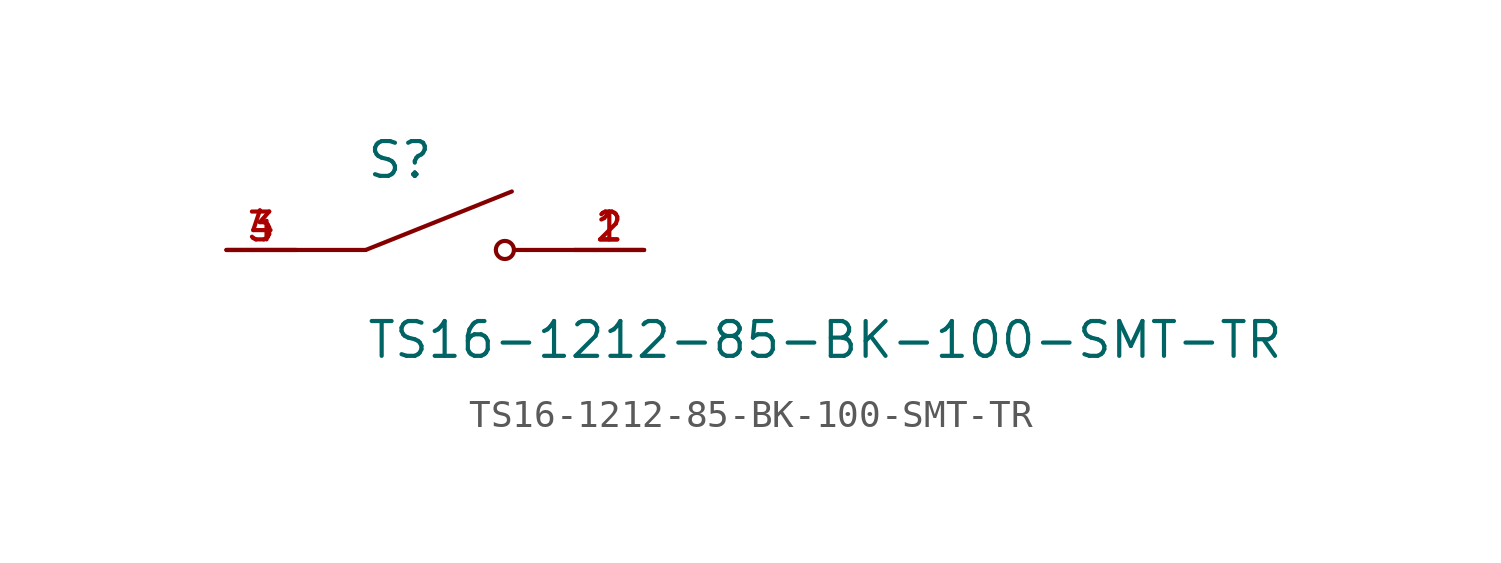
<source format=kicad_sym>
(kicad_symbol_lib
  (version 20211014)
  (generator kicad_symbol_editor)
  (symbol "TS16-1212-85-BK-100-SMT-TR"
    (pin_names
      (offset 1.016))
    (property "Reference" "S"
      (at -2.54 2.54 0)
      (effects (font (size 1.27 1.27)) (justify bottom left)))
    (property "Value" "TS16-1212-85-BK-100-SMT-TR"
      (at -2.54 -2.54 0)
      (effects (font (size 1.27 1.27)) (justify top left)))
    (symbol "TS16-1212-85-BK-100-SMT-TR_0_0"
      (polyline (pts (xy -2.54 0.0) (xy 2.794 2.134)) (stroke (width 0.152)))
      (circle (center 2.54 0.0) (radius 0.33) (stroke (width 0.152)) (fill (type none)))
      (polyline (pts (xy 5.08 0.0) (xy 2.921 0.0)) (stroke (width 0.152)))
      (polyline (pts (xy -2.54 0.0) (xy -5.08 0.0)) (stroke (width 0.152)))
      (pin passive line (at -7.62 0.0 0) (length 2.54) (name "~" (effects (font (size 1.016 1.016)))) (number "3" (effects (font (size 1.016 1.016)))))
      (pin passive line (at -7.62 0.0 0) (length 2.54) (name "~" (effects (font (size 1.016 1.016)))) (number "4" (effects (font (size 1.016 1.016)))))
      (pin passive line (at 7.62 0.0 180.0) (length 2.54) (name "~" (effects (font (size 1.016 1.016)))) (number "1" (effects (font (size 1.016 1.016)))))
      (pin passive line (at 7.62 0.0 180.0) (length 2.54) (name "~" (effects (font (size 1.016 1.016)))) (number "2" (effects (font (size 1.016 1.016))))))))
</source>
